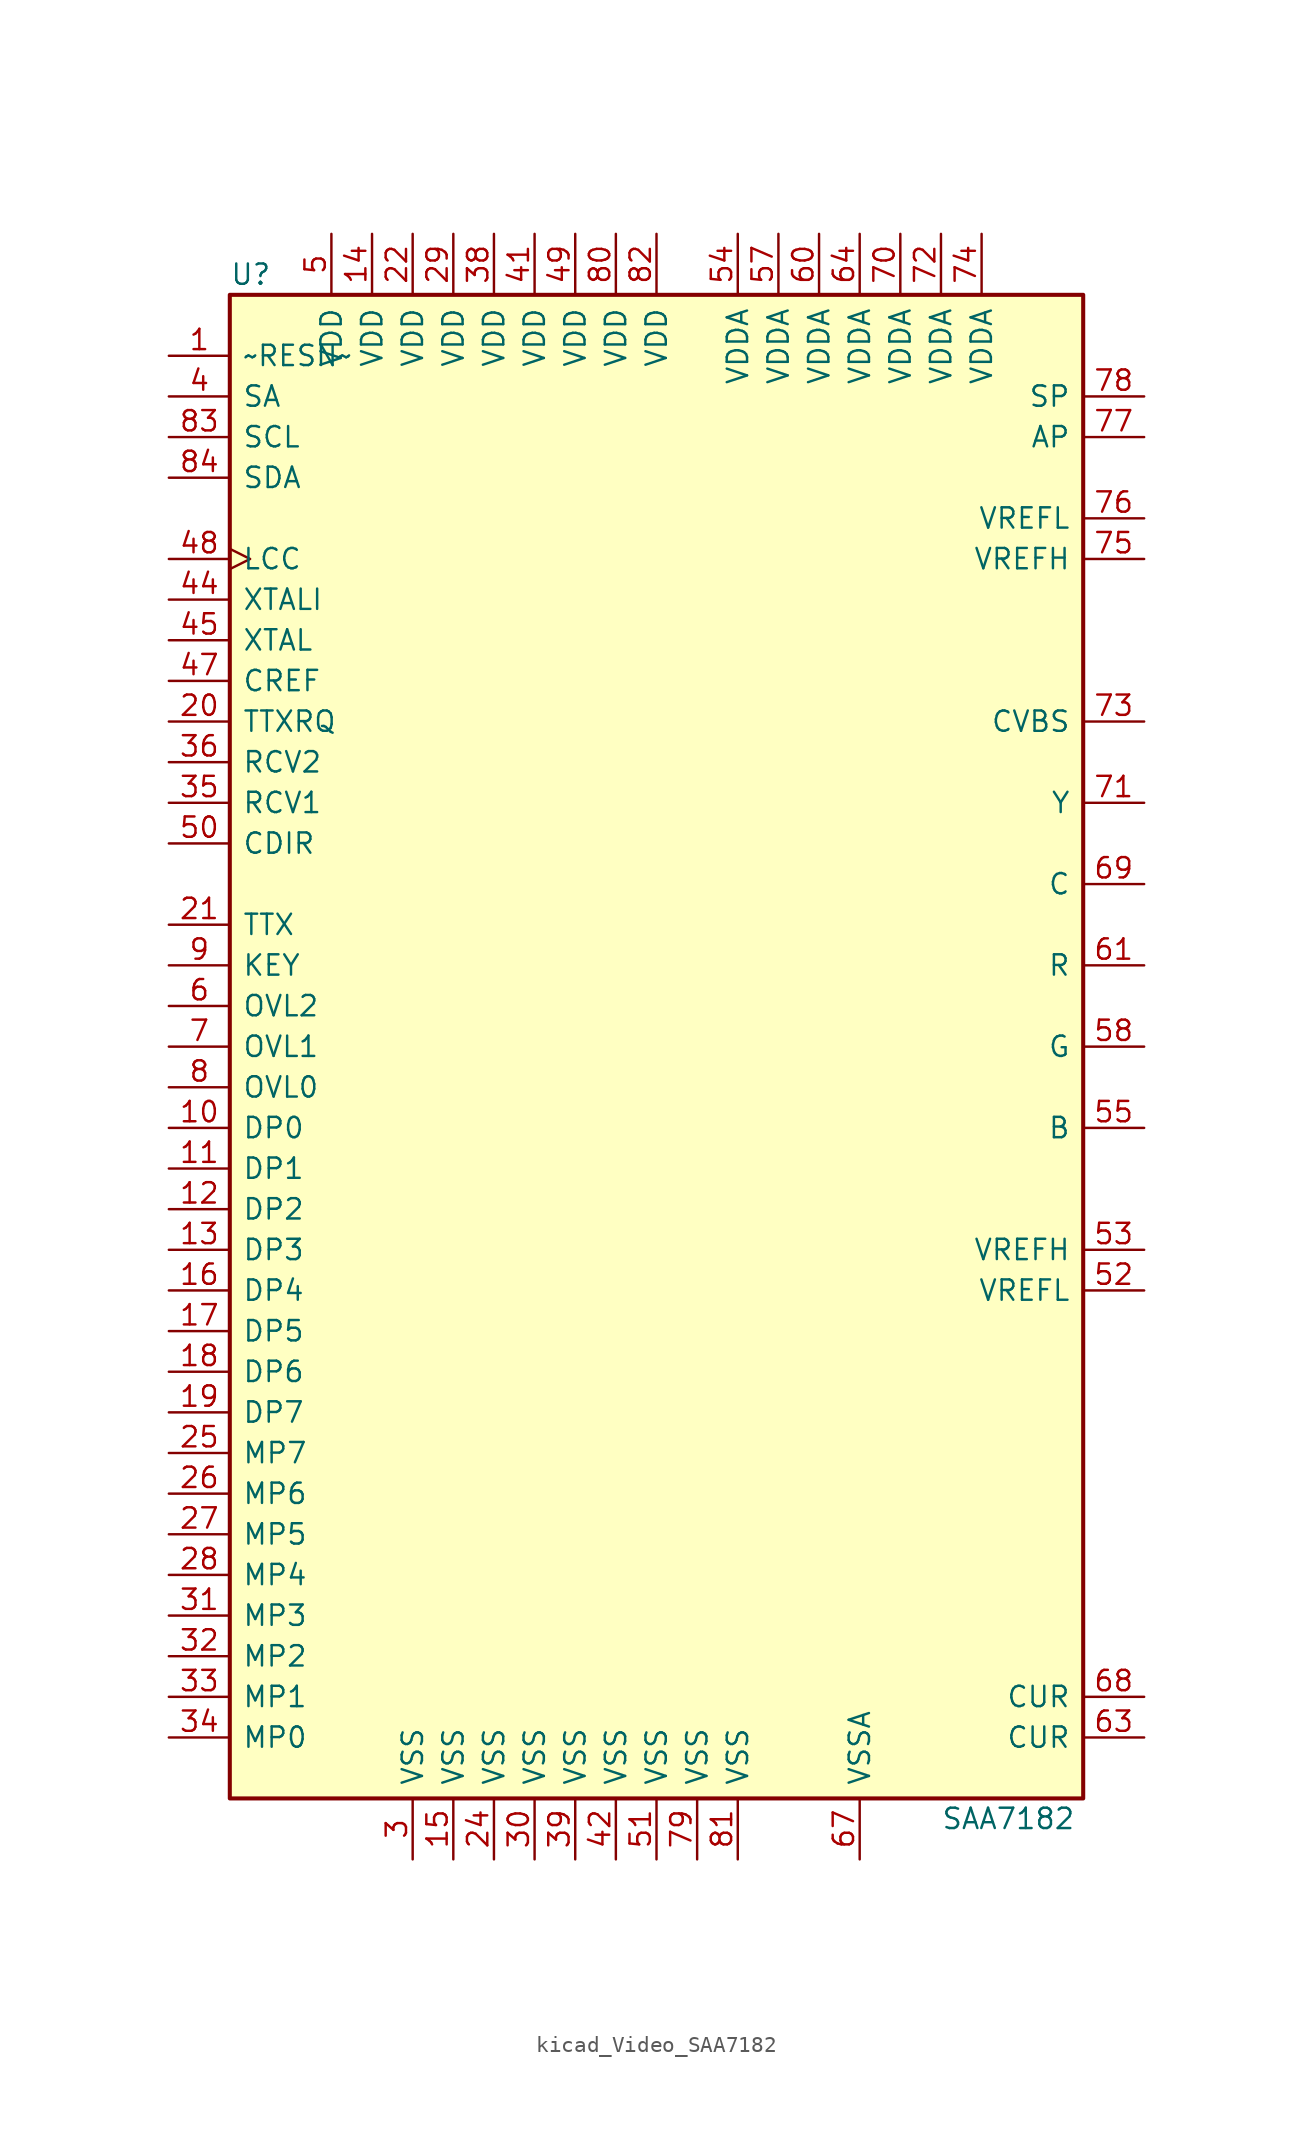
<source format=kicad_sym>
(kicad_symbol_lib
  (version 20220914)
  (generator kicad_symbol_editor)
  (symbol "kicad_Video_SAA7182"
    (pin_names
      (offset 0.762))
    (property "Reference" "U"
      (at -26.67 48.26 0)
      (effects (font (size 1.27 1.27)) (justify left)))
    (property "Value" "SAA7182"
      (at 17.78 -48.26 0)
      (effects (font (size 1.27 1.27)) (justify left)))
    (symbol "kicad_Video_SAA7182_0_1"
      (rectangle (start -26.67 -46.99) (end 26.67 46.99) (stroke (width 0.254) (type default)) (fill (type background))))
    (symbol "kicad_Video_SAA7182_1_1"
      (pin input line (at -30.48 43.18 0) (length 3.81) (name "~RESN~" (effects (font (size 1.27 1.27)))) (number "1" (effects (font (size 1.27 1.27)))))
      (pin input line (at -30.48 -5.08 0) (length 3.81) (name "DP0" (effects (font (size 1.27 1.27)))) (number "10" (effects (font (size 1.27 1.27)))))
      (pin input line (at -30.48 -7.62 0) (length 3.81) (name "DP1" (effects (font (size 1.27 1.27)))) (number "11" (effects (font (size 1.27 1.27)))))
      (pin input line (at -30.48 -10.16 0) (length 3.81) (name "DP2" (effects (font (size 1.27 1.27)))) (number "12" (effects (font (size 1.27 1.27)))))
      (pin input line (at -30.48 -12.7 0) (length 3.81) (name "DP3" (effects (font (size 1.27 1.27)))) (number "13" (effects (font (size 1.27 1.27)))))
      (pin power_in line (at -17.78 50.8 270) (length 3.81) (name "VDD" (effects (font (size 1.27 1.27)))) (number "14" (effects (font (size 1.27 1.27)))))
      (pin power_in line (at -12.7 -50.8 90) (length 3.81) (name "VSS" (effects (font (size 1.27 1.27)))) (number "15" (effects (font (size 1.27 1.27)))))
      (pin input line (at -30.48 -15.24 0) (length 3.81) (name "DP4" (effects (font (size 1.27 1.27)))) (number "16" (effects (font (size 1.27 1.27)))))
      (pin input line (at -30.48 -17.78 0) (length 3.81) (name "DP5" (effects (font (size 1.27 1.27)))) (number "17" (effects (font (size 1.27 1.27)))))
      (pin input line (at -30.48 -20.32 0) (length 3.81) (name "DP6" (effects (font (size 1.27 1.27)))) (number "18" (effects (font (size 1.27 1.27)))))
      (pin input line (at -30.48 -22.86 0) (length 3.81) (name "DP7" (effects (font (size 1.27 1.27)))) (number "19" (effects (font (size 1.27 1.27)))))
      (pin output line (at -30.48 20.32 0) (length 3.81) (name "TTXRQ" (effects (font (size 1.27 1.27)))) (number "20" (effects (font (size 1.27 1.27)))))
      (pin input line (at -30.48 7.62 0) (length 3.81) (name "TTX" (effects (font (size 1.27 1.27)))) (number "21" (effects (font (size 1.27 1.27)))))
      (pin power_in line (at -15.24 50.8 270) (length 3.81) (name "VDD" (effects (font (size 1.27 1.27)))) (number "22" (effects (font (size 1.27 1.27)))))
      (pin power_in line (at -10.16 -50.8 90) (length 3.81) (name "VSS" (effects (font (size 1.27 1.27)))) (number "24" (effects (font (size 1.27 1.27)))))
      (pin input line (at -30.48 -25.4 0) (length 3.81) (name "MP7" (effects (font (size 1.27 1.27)))) (number "25" (effects (font (size 1.27 1.27)))))
      (pin input line (at -30.48 -27.94 0) (length 3.81) (name "MP6" (effects (font (size 1.27 1.27)))) (number "26" (effects (font (size 1.27 1.27)))))
      (pin input line (at -30.48 -30.48 0) (length 3.81) (name "MP5" (effects (font (size 1.27 1.27)))) (number "27" (effects (font (size 1.27 1.27)))))
      (pin input line (at -30.48 -33.02 0) (length 3.81) (name "MP4" (effects (font (size 1.27 1.27)))) (number "28" (effects (font (size 1.27 1.27)))))
      (pin power_in line (at -12.7 50.8 270) (length 3.81) (name "VDD" (effects (font (size 1.27 1.27)))) (number "29" (effects (font (size 1.27 1.27)))))
      (pin power_in line (at -15.24 -50.8 90) (length 3.81) (name "VSS" (effects (font (size 1.27 1.27)))) (number "3" (effects (font (size 1.27 1.27)))))
      (pin power_in line (at -7.62 -50.8 90) (length 3.81) (name "VSS" (effects (font (size 1.27 1.27)))) (number "30" (effects (font (size 1.27 1.27)))))
      (pin input line (at -30.48 -35.56 0) (length 3.81) (name "MP3" (effects (font (size 1.27 1.27)))) (number "31" (effects (font (size 1.27 1.27)))))
      (pin input line (at -30.48 -38.1 0) (length 3.81) (name "MP2" (effects (font (size 1.27 1.27)))) (number "32" (effects (font (size 1.27 1.27)))))
      (pin input line (at -30.48 -40.64 0) (length 3.81) (name "MP1" (effects (font (size 1.27 1.27)))) (number "33" (effects (font (size 1.27 1.27)))))
      (pin input line (at -30.48 -43.18 0) (length 3.81) (name "MP0" (effects (font (size 1.27 1.27)))) (number "34" (effects (font (size 1.27 1.27)))))
      (pin bidirectional line (at -30.48 15.24 0) (length 3.81) (name "RCV1" (effects (font (size 1.27 1.27)))) (number "35" (effects (font (size 1.27 1.27)))))
      (pin bidirectional line (at -30.48 17.78 0) (length 3.81) (name "RCV2" (effects (font (size 1.27 1.27)))) (number "36" (effects (font (size 1.27 1.27)))))
      (pin power_in line (at -10.16 50.8 270) (length 3.81) (name "VDD" (effects (font (size 1.27 1.27)))) (number "38" (effects (font (size 1.27 1.27)))))
      (pin power_in line (at -5.08 -50.8 90) (length 3.81) (name "VSS" (effects (font (size 1.27 1.27)))) (number "39" (effects (font (size 1.27 1.27)))))
      (pin input line (at -30.48 40.64 0) (length 3.81) (name "SA" (effects (font (size 1.27 1.27)))) (number "4" (effects (font (size 1.27 1.27)))))
      (pin power_in line (at -7.62 50.8 270) (length 3.81) (name "VDD" (effects (font (size 1.27 1.27)))) (number "41" (effects (font (size 1.27 1.27)))))
      (pin power_in line (at -2.54 -50.8 90) (length 3.81) (name "VSS" (effects (font (size 1.27 1.27)))) (number "42" (effects (font (size 1.27 1.27)))))
      (pin input line (at -30.48 27.94 0) (length 3.81) (name "XTALI" (effects (font (size 1.27 1.27)))) (number "44" (effects (font (size 1.27 1.27)))))
      (pin output line (at -30.48 25.4 0) (length 3.81) (name "XTAL" (effects (font (size 1.27 1.27)))) (number "45" (effects (font (size 1.27 1.27)))))
      (pin bidirectional line (at -30.48 22.86 0) (length 3.81) (name "CREF" (effects (font (size 1.27 1.27)))) (number "47" (effects (font (size 1.27 1.27)))))
      (pin bidirectional clock (at -30.48 30.48 0) (length 3.81) (name "LCC" (effects (font (size 1.27 1.27)))) (number "48" (effects (font (size 1.27 1.27)))))
      (pin power_in line (at -5.08 50.8 270) (length 3.81) (name "VDD" (effects (font (size 1.27 1.27)))) (number "49" (effects (font (size 1.27 1.27)))))
      (pin power_in line (at -20.32 50.8 270) (length 3.81) (name "VDD" (effects (font (size 1.27 1.27)))) (number "5" (effects (font (size 1.27 1.27)))))
      (pin input line (at -30.48 12.7 0) (length 3.81) (name "CDIR" (effects (font (size 1.27 1.27)))) (number "50" (effects (font (size 1.27 1.27)))))
      (pin power_in line (at 0 -50.8 90) (length 3.81) (name "VSS" (effects (font (size 1.27 1.27)))) (number "51" (effects (font (size 1.27 1.27)))))
      (pin passive line (at 30.48 -15.24 180) (length 3.81) (name "VREFL" (effects (font (size 1.27 1.27)))) (number "52" (effects (font (size 1.27 1.27)))))
      (pin passive line (at 30.48 -12.7 180) (length 3.81) (name "VREFH" (effects (font (size 1.27 1.27)))) (number "53" (effects (font (size 1.27 1.27)))))
      (pin power_in line (at 5.08 50.8 270) (length 3.81) (name "VDDA" (effects (font (size 1.27 1.27)))) (number "54" (effects (font (size 1.27 1.27)))))
      (pin output line (at 30.48 -5.08 180) (length 3.81) (name "B" (effects (font (size 1.27 1.27)))) (number "55" (effects (font (size 1.27 1.27)))))
      (pin power_in line (at 7.62 50.8 270) (length 3.81) (name "VDDA" (effects (font (size 1.27 1.27)))) (number "57" (effects (font (size 1.27 1.27)))))
      (pin output line (at 30.48 0 180) (length 3.81) (name "G" (effects (font (size 1.27 1.27)))) (number "58" (effects (font (size 1.27 1.27)))))
      (pin input line (at -30.48 2.54 0) (length 3.81) (name "OVL2" (effects (font (size 1.27 1.27)))) (number "6" (effects (font (size 1.27 1.27)))))
      (pin power_in line (at 10.16 50.8 270) (length 3.81) (name "VDDA" (effects (font (size 1.27 1.27)))) (number "60" (effects (font (size 1.27 1.27)))))
      (pin output line (at 30.48 5.08 180) (length 3.81) (name "R" (effects (font (size 1.27 1.27)))) (number "61" (effects (font (size 1.27 1.27)))))
      (pin input line (at 30.48 -43.18 180) (length 3.81) (name "CUR" (effects (font (size 1.27 1.27)))) (number "63" (effects (font (size 1.27 1.27)))))
      (pin power_in line (at 12.7 50.8 270) (length 3.81) (name "VDDA" (effects (font (size 1.27 1.27)))) (number "64" (effects (font (size 1.27 1.27)))))
      (pin power_in line (at 12.7 -50.8 90) (length 3.81) (name "VSSA" (effects (font (size 1.27 1.27)))) (number "67" (effects (font (size 1.27 1.27)))))
      (pin input line (at 30.48 -40.64 180) (length 3.81) (name "CUR" (effects (font (size 1.27 1.27)))) (number "68" (effects (font (size 1.27 1.27)))))
      (pin output line (at 30.48 10.16 180) (length 3.81) (name "C" (effects (font (size 1.27 1.27)))) (number "69" (effects (font (size 1.27 1.27)))))
      (pin input line (at -30.48 0 0) (length 3.81) (name "OVL1" (effects (font (size 1.27 1.27)))) (number "7" (effects (font (size 1.27 1.27)))))
      (pin power_in line (at 15.24 50.8 270) (length 3.81) (name "VDDA" (effects (font (size 1.27 1.27)))) (number "70" (effects (font (size 1.27 1.27)))))
      (pin output line (at 30.48 15.24 180) (length 3.81) (name "Y" (effects (font (size 1.27 1.27)))) (number "71" (effects (font (size 1.27 1.27)))))
      (pin power_in line (at 17.78 50.8 270) (length 3.81) (name "VDDA" (effects (font (size 1.27 1.27)))) (number "72" (effects (font (size 1.27 1.27)))))
      (pin output line (at 30.48 20.32 180) (length 3.81) (name "CVBS" (effects (font (size 1.27 1.27)))) (number "73" (effects (font (size 1.27 1.27)))))
      (pin power_in line (at 20.32 50.8 270) (length 3.81) (name "VDDA" (effects (font (size 1.27 1.27)))) (number "74" (effects (font (size 1.27 1.27)))))
      (pin passive line (at 30.48 30.48 180) (length 3.81) (name "VREFH" (effects (font (size 1.27 1.27)))) (number "75" (effects (font (size 1.27 1.27)))))
      (pin passive line (at 30.48 33.02 180) (length 3.81) (name "VREFL" (effects (font (size 1.27 1.27)))) (number "76" (effects (font (size 1.27 1.27)))))
      (pin input line (at 30.48 38.1 180) (length 3.81) (name "AP" (effects (font (size 1.27 1.27)))) (number "77" (effects (font (size 1.27 1.27)))))
      (pin input line (at 30.48 40.64 180) (length 3.81) (name "SP" (effects (font (size 1.27 1.27)))) (number "78" (effects (font (size 1.27 1.27)))))
      (pin power_in line (at 2.54 -50.8 90) (length 3.81) (name "VSS" (effects (font (size 1.27 1.27)))) (number "79" (effects (font (size 1.27 1.27)))))
      (pin input line (at -30.48 -2.54 0) (length 3.81) (name "OVL0" (effects (font (size 1.27 1.27)))) (number "8" (effects (font (size 1.27 1.27)))))
      (pin power_in line (at -2.54 50.8 270) (length 3.81) (name "VDD" (effects (font (size 1.27 1.27)))) (number "80" (effects (font (size 1.27 1.27)))))
      (pin power_in line (at 5.08 -50.8 90) (length 3.81) (name "VSS" (effects (font (size 1.27 1.27)))) (number "81" (effects (font (size 1.27 1.27)))))
      (pin power_in line (at 0 50.8 270) (length 3.81) (name "VDD" (effects (font (size 1.27 1.27)))) (number "82" (effects (font (size 1.27 1.27)))))
      (pin input line (at -30.48 38.1 0) (length 3.81) (name "SCL" (effects (font (size 1.27 1.27)))) (number "83" (effects (font (size 1.27 1.27)))))
      (pin bidirectional line (at -30.48 35.56 0) (length 3.81) (name "SDA" (effects (font (size 1.27 1.27)))) (number "84" (effects (font (size 1.27 1.27)))))
      (pin input line (at -30.48 5.08 0) (length 3.81) (name "KEY" (effects (font (size 1.27 1.27)))) (number "9" (effects (font (size 1.27 1.27))))))))
</source>
